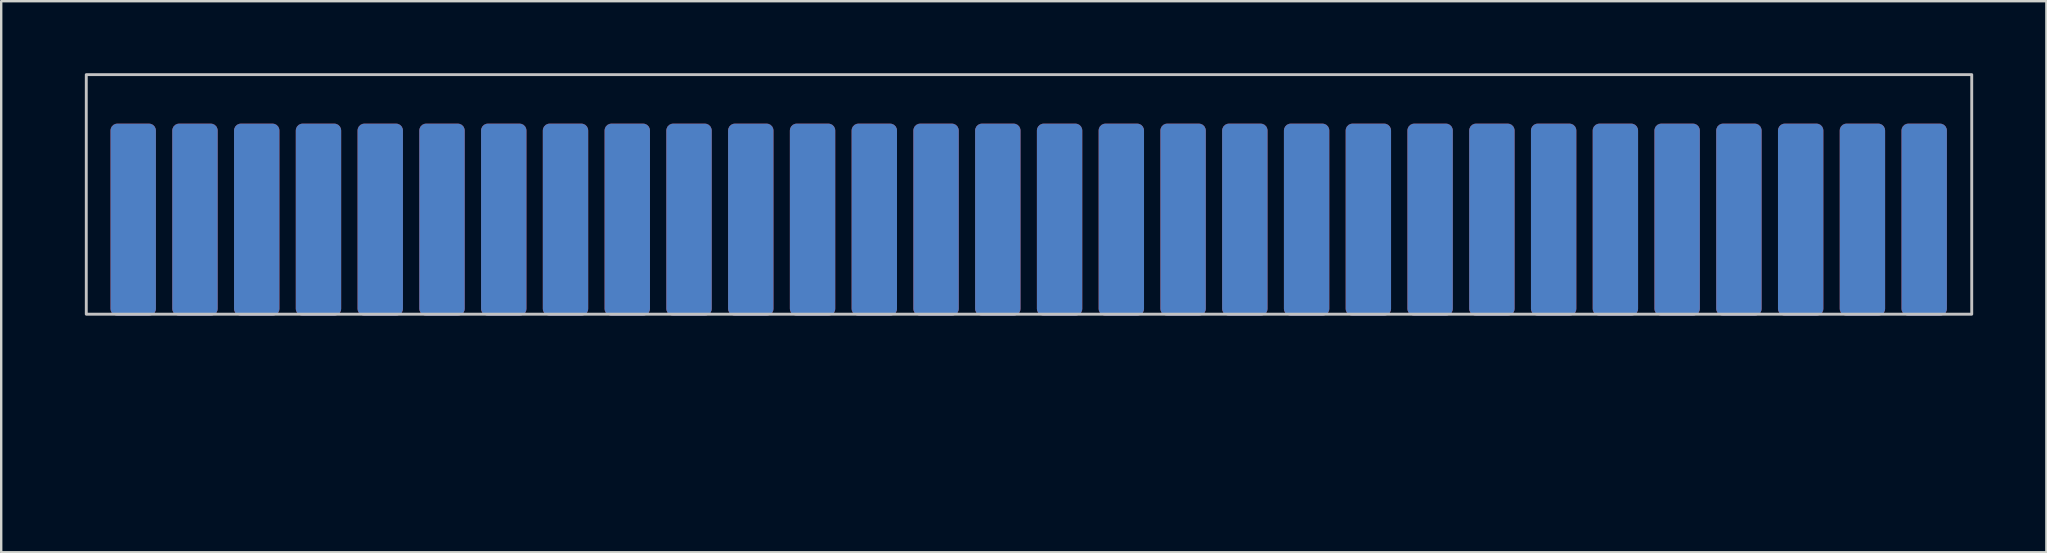
<source format=kicad_pcb>
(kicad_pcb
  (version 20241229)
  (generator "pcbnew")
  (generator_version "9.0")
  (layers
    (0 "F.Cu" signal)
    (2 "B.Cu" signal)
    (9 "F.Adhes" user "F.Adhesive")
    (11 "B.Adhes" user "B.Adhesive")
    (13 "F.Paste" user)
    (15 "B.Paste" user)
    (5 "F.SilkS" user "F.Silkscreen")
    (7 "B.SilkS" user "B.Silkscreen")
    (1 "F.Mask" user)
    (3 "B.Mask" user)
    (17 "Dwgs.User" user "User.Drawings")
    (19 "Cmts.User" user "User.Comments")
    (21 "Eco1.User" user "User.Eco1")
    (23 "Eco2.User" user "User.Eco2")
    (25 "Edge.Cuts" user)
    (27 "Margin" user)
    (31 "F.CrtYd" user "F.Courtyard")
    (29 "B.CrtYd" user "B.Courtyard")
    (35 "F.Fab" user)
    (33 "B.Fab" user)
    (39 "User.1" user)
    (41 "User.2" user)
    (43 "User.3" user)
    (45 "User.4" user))
  (footprint "Famicom_connector"
    (layer "F.Cu")
    (at 0.57 10.093)
    (property "Reference" "Famicom_connector" (at 7.112 2.515 0) (unlocked yes) (layer "User.1") (effects (font (size 1 1) (thickness 0.15))))
    (attr smd)
    (fp_poly (pts (xy 78.588 0) (xy 0.025 0) (xy 0.102 -0.051) (xy 0.025 -0.076) (xy 0 -8.026) (xy 78.537 -8.077)) (stroke (width 0.12) (type solid)) (fill yes) (layer "F.Mask"))
    (fp_poly (pts (xy 78.588 0) (xy 0.025 0) (xy 0.102 -0.051) (xy 0.025 -0.076) (xy 0 -8.026) (xy 78.537 -8.077)) (stroke (width 0.12) (type solid)) (fill yes) (layer "B.Mask"))
    (fp_rect (start -0.025 -10.033) (end 78.537 -0.051) (stroke (width 0.12) (type solid)) (fill no) (layer "Dwgs.User"))
    (fp_text user "${REFERENCE}" (at 6.96 6.02 0) (unlocked yes) (layer "User.1") (effects (font (size 1 1) (thickness 0.15))))
    (pad "1" smd roundrect (at 1.93 -3.991) (size 1.89 8) (layers "F.Cu" "F.Mask" "F.Paste") (roundrect_rratio 0.15))
    (pad "2" smd roundrect (at 4.504 -3.991) (size 1.89 8) (layers "F.Cu" "F.Mask" "F.Paste") (roundrect_rratio 0.15))
    (pad "3" smd roundrect (at 7.077 -3.991) (size 1.89 8) (layers "F.Cu" "F.Mask" "F.Paste") (roundrect_rratio 0.15))
    (pad "4" smd roundrect (at 9.65 -3.991) (size 1.89 8) (layers "F.Cu" "F.Mask" "F.Paste") (roundrect_rratio 0.15))
    (pad "5" smd roundrect (at 12.224 -3.991) (size 1.89 8) (layers "F.Cu" "F.Mask" "F.Paste") (roundrect_rratio 0.15))
    (pad "6" smd roundrect (at 14.797 -3.991) (size 1.89 8) (layers "F.Cu" "F.Mask" "F.Paste") (roundrect_rratio 0.15))
    (pad "7" smd roundrect (at 17.37 -3.991) (size 1.89 8) (layers "F.Cu" "F.Mask" "F.Paste") (roundrect_rratio 0.15))
    (pad "8" smd roundrect (at 19.943 -3.991) (size 1.89 8) (layers "F.Cu" "F.Mask" "F.Paste") (roundrect_rratio 0.15))
    (pad "9" smd roundrect (at 22.517 -3.991) (size 1.89 8) (layers "F.Cu" "F.Mask" "F.Paste") (roundrect_rratio 0.15))
    (pad "10" smd roundrect (at 25.09 -3.991) (size 1.89 8) (layers "F.Cu" "F.Mask" "F.Paste") (roundrect_rratio 0.15))
    (pad "11" smd roundrect (at 27.663 -3.991) (size 1.89 8) (layers "F.Cu" "F.Mask" "F.Paste") (roundrect_rratio 0.15))
    (pad "12" smd roundrect (at 30.237 -3.991) (size 1.89 8) (layers "F.Cu" "F.Mask" "F.Paste") (roundrect_rratio 0.15))
    (pad "13" smd roundrect (at 32.81 -3.991) (size 1.89 8) (layers "F.Cu" "F.Mask" "F.Paste") (roundrect_rratio 0.15))
    (pad "14" smd roundrect (at 35.383 -3.991) (size 1.89 8) (layers "F.Cu" "F.Mask" "F.Paste") (roundrect_rratio 0.15))
    (pad "15" smd roundrect (at 37.956 -3.991) (size 1.89 8) (layers "F.Cu" "F.Mask" "F.Paste") (roundrect_rratio 0.15))
    (pad "16" smd roundrect (at 40.53 -3.991) (size 1.89 8) (layers "F.Cu" "F.Mask" "F.Paste") (roundrect_rratio 0.15))
    (pad "17" smd roundrect (at 43.103 -3.991) (size 1.89 8) (layers "F.Cu" "F.Mask" "F.Paste") (roundrect_rratio 0.15))
    (pad "18" smd roundrect (at 45.676 -3.991) (size 1.89 8) (layers "F.Cu" "F.Mask" "F.Paste") (roundrect_rratio 0.15))
    (pad "19" smd roundrect (at 48.249 -3.991) (size 1.89 8) (layers "F.Cu" "F.Mask" "F.Paste") (roundrect_rratio 0.15))
    (pad "20" smd roundrect (at 50.823 -3.991) (size 1.89 8) (layers "F.Cu" "F.Mask" "F.Paste") (roundrect_rratio 0.15))
    (pad "21" smd roundrect (at 53.396 -3.991) (size 1.89 8) (layers "F.Cu" "F.Mask" "F.Paste") (roundrect_rratio 0.15))
    (pad "22" smd roundrect (at 55.969 -3.991) (size 1.89 8) (layers "F.Cu" "F.Mask" "F.Paste") (roundrect_rratio 0.15))
    (pad "23" smd roundrect (at 58.543 -3.991) (size 1.89 8) (layers "F.Cu" "F.Mask" "F.Paste") (roundrect_rratio 0.15))
    (pad "24" smd roundrect (at 61.116 -3.991) (size 1.89 8) (layers "F.Cu" "F.Mask" "F.Paste") (roundrect_rratio 0.15))
    (pad "25" smd roundrect (at 63.689 -3.991) (size 1.89 8) (layers "F.Cu" "F.Mask" "F.Paste") (roundrect_rratio 0.15))
    (pad "26" smd roundrect (at 66.262 -3.991) (size 1.89 8) (layers "F.Cu" "F.Mask" "F.Paste") (roundrect_rratio 0.15))
    (pad "27" smd roundrect (at 68.836 -3.991) (size 1.89 8) (layers "F.Cu" "F.Mask" "F.Paste") (roundrect_rratio 0.15))
    (pad "28" smd roundrect (at 71.409 -3.991) (size 1.89 8) (layers "F.Cu" "F.Mask" "F.Paste") (roundrect_rratio 0.15))
    (pad "29" smd roundrect (at 73.982 -3.991) (size 1.89 8) (layers "F.Cu" "F.Mask" "F.Paste") (roundrect_rratio 0.15))
    (pad "30" smd roundrect (at 76.556 -3.991) (size 1.89 8) (layers "F.Cu" "F.Mask" "F.Paste") (roundrect_rratio 0.15))
    (pad "31" smd roundrect (at 1.93 -3.991) (size 1.89 8) (layers "B.Cu" "B.Mask" "B.Paste") (roundrect_rratio 0.15))
    (pad "32" smd roundrect (at 4.504 -3.991) (size 1.89 8) (layers "B.Cu" "B.Mask" "B.Paste") (roundrect_rratio 0.15))
    (pad "33" smd roundrect (at 9.65 -3.991) (size 1.89 8) (layers "B.Cu" "B.Mask" "B.Paste") (roundrect_rratio 0.15))
    (pad "34" smd roundrect (at 7.077 -3.991) (size 1.89 8) (layers "B.Cu" "B.Mask" "B.Paste") (roundrect_rratio 0.15))
    (pad "35" smd roundrect (at 12.224 -3.991) (size 1.89 8) (layers "B.Cu" "B.Mask" "B.Paste") (roundrect_rratio 0.15))
    (pad "36" smd roundrect (at 14.797 -3.991) (size 1.89 8) (layers "B.Cu" "B.Mask" "B.Paste") (roundrect_rratio 0.15))
    (pad "37" smd roundrect (at 17.37 -3.991) (size 1.89 8) (layers "B.Cu" "B.Mask" "B.Paste") (roundrect_rratio 0.15))
    (pad "38" smd roundrect (at 19.943 -3.991) (size 1.89 8) (layers "B.Cu" "B.Mask" "B.Paste") (roundrect_rratio 0.15))
    (pad "39" smd roundrect (at 22.517 -3.991) (size 1.89 8) (layers "B.Cu" "B.Mask" "B.Paste") (roundrect_rratio 0.15))
    (pad "40" smd roundrect (at 25.09 -3.991) (size 1.89 8) (layers "B.Cu" "B.Mask" "B.Paste") (roundrect_rratio 0.15))
    (pad "41" smd roundrect (at 27.663 -3.991) (size 1.89 8) (layers "B.Cu" "B.Mask" "B.Paste") (roundrect_rratio 0.15))
    (pad "42" smd roundrect (at 30.237 -3.991) (size 1.89 8) (layers "B.Cu" "B.Mask" "B.Paste") (roundrect_rratio 0.15))
    (pad "43" smd roundrect (at 32.81 -3.991) (size 1.89 8) (layers "B.Cu" "B.Mask" "B.Paste") (roundrect_rratio 0.15))
    (pad "44" smd roundrect (at 35.383 -3.991) (size 1.89 8) (layers "B.Cu" "B.Mask" "B.Paste") (roundrect_rratio 0.15))
    (pad "45" smd roundrect (at 37.956 -3.991) (size 1.89 8) (layers "B.Cu" "B.Mask" "B.Paste") (roundrect_rratio 0.15))
    (pad "46" smd roundrect (at 40.53 -3.991) (size 1.89 8) (layers "B.Cu" "B.Mask" "B.Paste") (roundrect_rratio 0.15))
    (pad "47" smd roundrect (at 43.103 -3.991) (size 1.89 8) (layers "B.Cu" "B.Mask" "B.Paste") (roundrect_rratio 0.15))
    (pad "48" smd roundrect (at 45.676 -3.991) (size 1.89 8) (layers "B.Cu" "B.Mask" "B.Paste") (roundrect_rratio 0.15))
    (pad "49" smd roundrect (at 48.249 -3.991) (size 1.89 8) (layers "B.Cu" "B.Mask" "B.Paste") (roundrect_rratio 0.15))
    (pad "50" smd roundrect (at 50.823 -3.991) (size 1.89 8) (layers "B.Cu" "B.Mask" "B.Paste") (roundrect_rratio 0.15))
    (pad "51" smd roundrect (at 53.396 -3.991) (size 1.89 8) (layers "B.Cu" "B.Mask" "B.Paste") (roundrect_rratio 0.15))
    (pad "52" smd roundrect (at 55.969 -3.991) (size 1.89 8) (layers "B.Cu" "B.Mask" "B.Paste") (roundrect_rratio 0.15))
    (pad "53" smd roundrect (at 58.543 -3.991) (size 1.89 8) (layers "B.Cu" "B.Mask" "B.Paste") (roundrect_rratio 0.15))
    (pad "54" smd roundrect (at 61.116 -3.991) (size 1.89 8) (layers "B.Cu" "B.Mask" "B.Paste") (roundrect_rratio 0.15))
    (pad "55" smd roundrect (at 63.689 -3.991) (size 1.89 8) (layers "B.Cu" "B.Mask" "B.Paste") (roundrect_rratio 0.15))
    (pad "56" smd roundrect (at 66.262 -3.991) (size 1.89 8) (layers "B.Cu" "B.Mask" "B.Paste") (roundrect_rratio 0.15))
    (pad "57" smd roundrect (at 68.836 -3.991) (size 1.89 8) (layers "B.Cu" "B.Mask" "B.Paste") (roundrect_rratio 0.15))
    (pad "58" smd roundrect (at 71.409 -3.991) (size 1.89 8) (layers "B.Cu" "B.Mask" "B.Paste") (roundrect_rratio 0.15))
    (pad "59" smd roundrect (at 73.982 -3.991) (size 1.89 8) (layers "B.Cu" "B.Mask" "B.Paste") (roundrect_rratio 0.15))
    (pad "60" smd roundrect (at 76.556 -3.991) (size 1.89 8) (layers "B.Cu" "B.Mask" "B.Paste") (roundrect_rratio 0.15)))
  (gr_rect
    (start -3 -3)
    (end 82.218 19.961)
    (stroke (width 0.1) (type default))
    (fill no)
    (layer "Edge.Cuts")))
</source>
